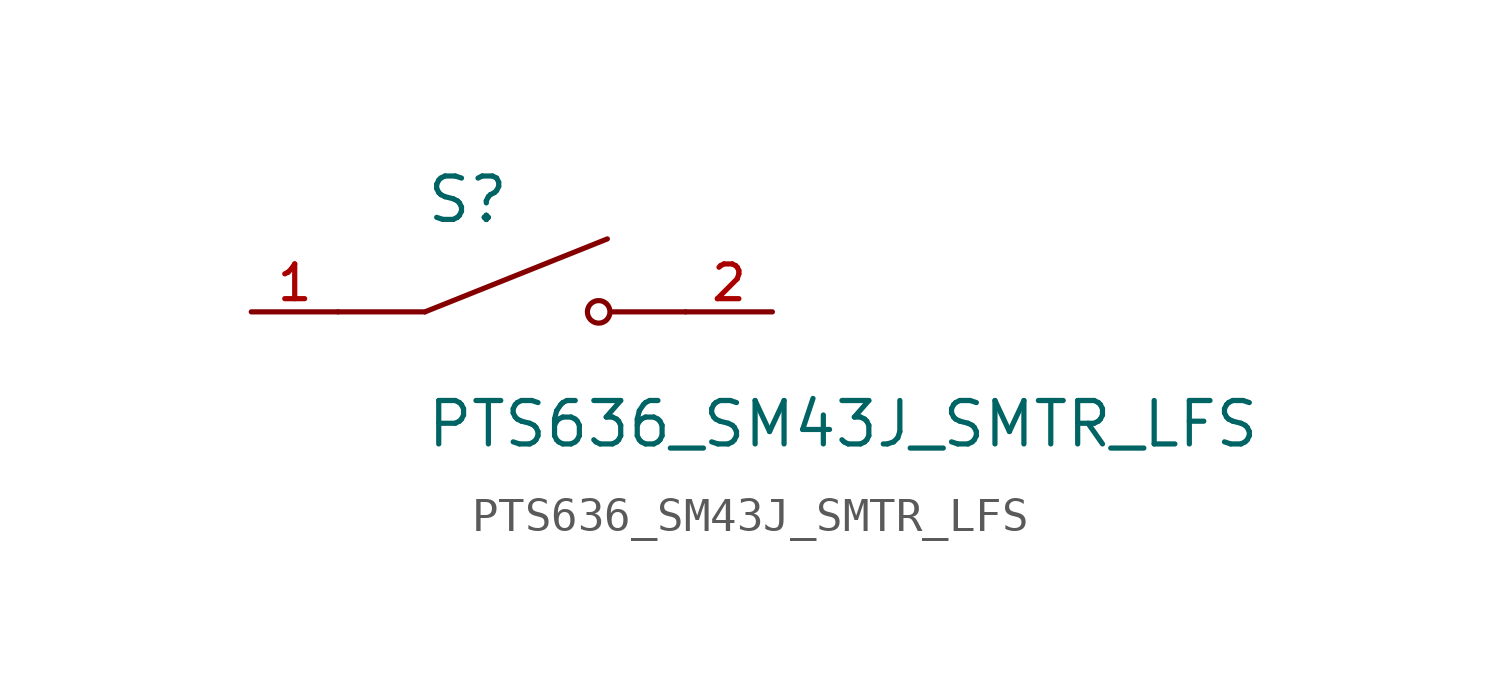
<source format=kicad_sym>
(kicad_symbol_lib
  (version 20211014)
  (generator kicad_symbol_editor)
  (symbol "PTS636_SM43J_SMTR_LFS"
    (pin_names
      (offset 1.016))
    (property "Reference" "S"
      (at -2.54 2.54 0)
      (effects (font (size 1.27 1.27)) (justify bottom left)))
    (property "Value" "PTS636_SM43J_SMTR_LFS"
      (at -2.54 -2.54 0)
      (effects (font (size 1.27 1.27)) (justify top left)))
    (symbol "PTS636_SM43J_SMTR_LFS_0_0"
      (polyline (pts (xy -2.54 0.0) (xy 2.794 2.134)) (stroke (width 0.152)))
      (circle (center 2.54 0.0) (radius 0.33) (stroke (width 0.152)) (fill (type none)))
      (polyline (pts (xy 5.08 0.0) (xy 2.921 0.0)) (stroke (width 0.152)))
      (polyline (pts (xy -2.54 0.0) (xy -5.08 0.0)) (stroke (width 0.152)))
      (pin passive line (at -7.62 0.0 0) (length 2.54) (name "~" (effects (font (size 1.016 1.016)))) (number "1" (effects (font (size 1.016 1.016)))))
      (pin passive line (at 7.62 0.0 180.0) (length 2.54) (name "~" (effects (font (size 1.016 1.016)))) (number "2" (effects (font (size 1.016 1.016))))))))
</source>
